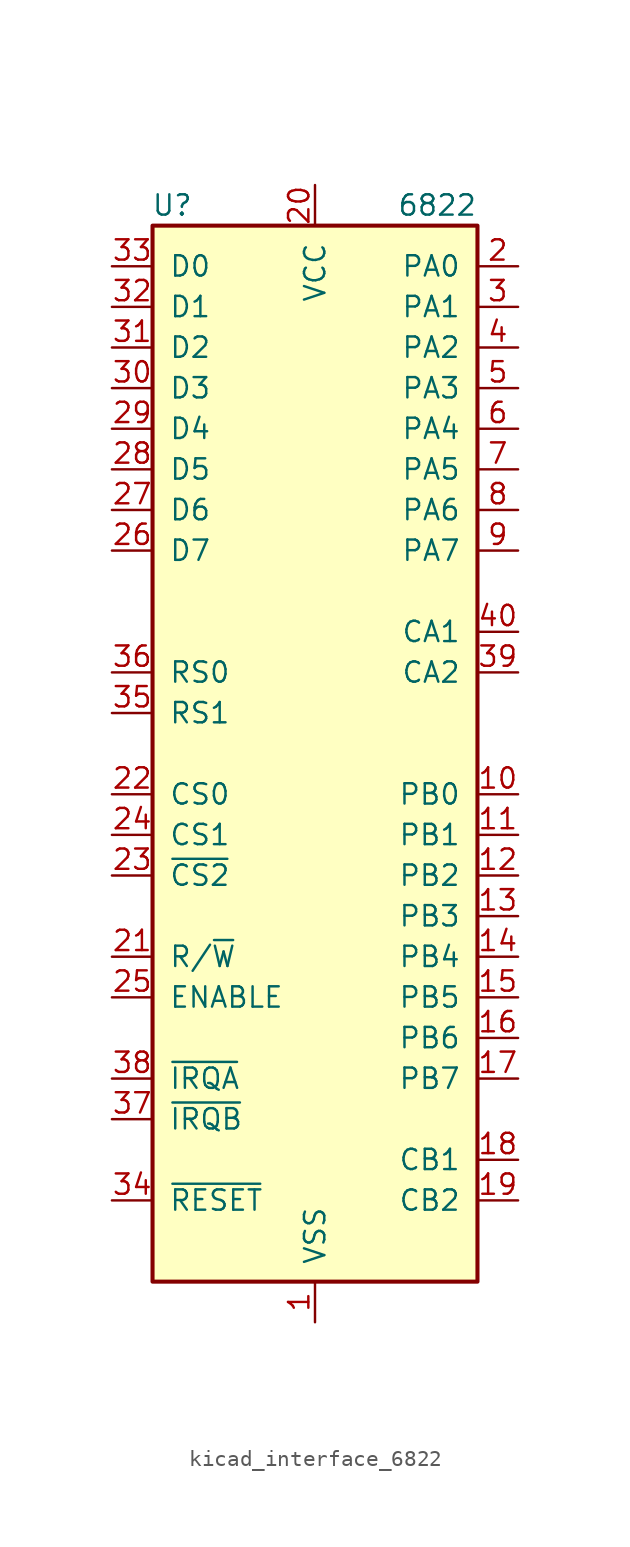
<source format=kicad_sym>
(kicad_symbol_lib
  (version 20220914)
  (generator kicad_symbol_editor)
  (symbol "kicad_interface_6822"
    (pin_names
      (offset 1.016))
    (property "Reference" "U"
      (at -7.62 34.29 0)
      (effects (font (size 1.27 1.27)) (justify right)))
    (property "Value" "6822"
      (at 10.16 34.29 0)
      (effects (font (size 1.27 1.27)) (justify right)))
    (symbol "kicad_interface_6822_0_1"
      (rectangle (start -10.16 -33.02) (end 10.16 33.02) (stroke (width 0.254) (type default)) (fill (type background))))
    (symbol "kicad_interface_6822_1_1"
      (pin power_in line (at 0 -35.56 90) (length 2.54) (name "VSS" (effects (font (size 1.27 1.27)))) (number "1" (effects (font (size 1.27 1.27)))))
      (pin bidirectional line (at 12.7 -2.54 180) (length 2.54) (name "PB0" (effects (font (size 1.27 1.27)))) (number "10" (effects (font (size 1.27 1.27)))))
      (pin bidirectional line (at 12.7 -5.08 180) (length 2.54) (name "PB1" (effects (font (size 1.27 1.27)))) (number "11" (effects (font (size 1.27 1.27)))))
      (pin bidirectional line (at 12.7 -7.62 180) (length 2.54) (name "PB2" (effects (font (size 1.27 1.27)))) (number "12" (effects (font (size 1.27 1.27)))))
      (pin bidirectional line (at 12.7 -10.16 180) (length 2.54) (name "PB3" (effects (font (size 1.27 1.27)))) (number "13" (effects (font (size 1.27 1.27)))))
      (pin bidirectional line (at 12.7 -12.7 180) (length 2.54) (name "PB4" (effects (font (size 1.27 1.27)))) (number "14" (effects (font (size 1.27 1.27)))))
      (pin bidirectional line (at 12.7 -15.24 180) (length 2.54) (name "PB5" (effects (font (size 1.27 1.27)))) (number "15" (effects (font (size 1.27 1.27)))))
      (pin bidirectional line (at 12.7 -17.78 180) (length 2.54) (name "PB6" (effects (font (size 1.27 1.27)))) (number "16" (effects (font (size 1.27 1.27)))))
      (pin bidirectional line (at 12.7 -20.32 180) (length 2.54) (name "PB7" (effects (font (size 1.27 1.27)))) (number "17" (effects (font (size 1.27 1.27)))))
      (pin input line (at 12.7 -25.4 180) (length 2.54) (name "CB1" (effects (font (size 1.27 1.27)))) (number "18" (effects (font (size 1.27 1.27)))))
      (pin bidirectional line (at 12.7 -27.94 180) (length 2.54) (name "CB2" (effects (font (size 1.27 1.27)))) (number "19" (effects (font (size 1.27 1.27)))))
      (pin bidirectional line (at 12.7 30.48 180) (length 2.54) (name "PA0" (effects (font (size 1.27 1.27)))) (number "2" (effects (font (size 1.27 1.27)))))
      (pin power_in line (at 0 35.56 270) (length 2.54) (name "VCC" (effects (font (size 1.27 1.27)))) (number "20" (effects (font (size 1.27 1.27)))))
      (pin input line (at -12.7 -12.7 0) (length 2.54) (name "R/~{W}" (effects (font (size 1.27 1.27)))) (number "21" (effects (font (size 1.27 1.27)))))
      (pin input line (at -12.7 -2.54 0) (length 2.54) (name "CS0" (effects (font (size 1.27 1.27)))) (number "22" (effects (font (size 1.27 1.27)))))
      (pin input line (at -12.7 -7.62 0) (length 2.54) (name "~{CS2}" (effects (font (size 1.27 1.27)))) (number "23" (effects (font (size 1.27 1.27)))))
      (pin input line (at -12.7 -5.08 0) (length 2.54) (name "CS1" (effects (font (size 1.27 1.27)))) (number "24" (effects (font (size 1.27 1.27)))))
      (pin input line (at -12.7 -15.24 0) (length 2.54) (name "ENABLE" (effects (font (size 1.27 1.27)))) (number "25" (effects (font (size 1.27 1.27)))))
      (pin bidirectional line (at -12.7 12.7 0) (length 2.54) (name "D7" (effects (font (size 1.27 1.27)))) (number "26" (effects (font (size 1.27 1.27)))))
      (pin bidirectional line (at -12.7 15.24 0) (length 2.54) (name "D6" (effects (font (size 1.27 1.27)))) (number "27" (effects (font (size 1.27 1.27)))))
      (pin bidirectional line (at -12.7 17.78 0) (length 2.54) (name "D5" (effects (font (size 1.27 1.27)))) (number "28" (effects (font (size 1.27 1.27)))))
      (pin bidirectional line (at -12.7 20.32 0) (length 2.54) (name "D4" (effects (font (size 1.27 1.27)))) (number "29" (effects (font (size 1.27 1.27)))))
      (pin bidirectional line (at 12.7 27.94 180) (length 2.54) (name "PA1" (effects (font (size 1.27 1.27)))) (number "3" (effects (font (size 1.27 1.27)))))
      (pin bidirectional line (at -12.7 22.86 0) (length 2.54) (name "D3" (effects (font (size 1.27 1.27)))) (number "30" (effects (font (size 1.27 1.27)))))
      (pin bidirectional line (at -12.7 25.4 0) (length 2.54) (name "D2" (effects (font (size 1.27 1.27)))) (number "31" (effects (font (size 1.27 1.27)))))
      (pin bidirectional line (at -12.7 27.94 0) (length 2.54) (name "D1" (effects (font (size 1.27 1.27)))) (number "32" (effects (font (size 1.27 1.27)))))
      (pin bidirectional line (at -12.7 30.48 0) (length 2.54) (name "D0" (effects (font (size 1.27 1.27)))) (number "33" (effects (font (size 1.27 1.27)))))
      (pin input line (at -12.7 -27.94 0) (length 2.54) (name "~{RESET}" (effects (font (size 1.27 1.27)))) (number "34" (effects (font (size 1.27 1.27)))))
      (pin input line (at -12.7 2.54 0) (length 2.54) (name "RS1" (effects (font (size 1.27 1.27)))) (number "35" (effects (font (size 1.27 1.27)))))
      (pin input line (at -12.7 5.08 0) (length 2.54) (name "RS0" (effects (font (size 1.27 1.27)))) (number "36" (effects (font (size 1.27 1.27)))))
      (pin open_collector line (at -12.7 -22.86 0) (length 2.54) (name "~{IRQB}" (effects (font (size 1.27 1.27)))) (number "37" (effects (font (size 1.27 1.27)))))
      (pin open_collector line (at -12.7 -20.32 0) (length 2.54) (name "~{IRQA}" (effects (font (size 1.27 1.27)))) (number "38" (effects (font (size 1.27 1.27)))))
      (pin bidirectional line (at 12.7 5.08 180) (length 2.54) (name "CA2" (effects (font (size 1.27 1.27)))) (number "39" (effects (font (size 1.27 1.27)))))
      (pin bidirectional line (at 12.7 25.4 180) (length 2.54) (name "PA2" (effects (font (size 1.27 1.27)))) (number "4" (effects (font (size 1.27 1.27)))))
      (pin input line (at 12.7 7.62 180) (length 2.54) (name "CA1" (effects (font (size 1.27 1.27)))) (number "40" (effects (font (size 1.27 1.27)))))
      (pin bidirectional line (at 12.7 22.86 180) (length 2.54) (name "PA3" (effects (font (size 1.27 1.27)))) (number "5" (effects (font (size 1.27 1.27)))))
      (pin bidirectional line (at 12.7 20.32 180) (length 2.54) (name "PA4" (effects (font (size 1.27 1.27)))) (number "6" (effects (font (size 1.27 1.27)))))
      (pin bidirectional line (at 12.7 17.78 180) (length 2.54) (name "PA5" (effects (font (size 1.27 1.27)))) (number "7" (effects (font (size 1.27 1.27)))))
      (pin bidirectional line (at 12.7 15.24 180) (length 2.54) (name "PA6" (effects (font (size 1.27 1.27)))) (number "8" (effects (font (size 1.27 1.27)))))
      (pin bidirectional line (at 12.7 12.7 180) (length 2.54) (name "PA7" (effects (font (size 1.27 1.27)))) (number "9" (effects (font (size 1.27 1.27))))))))
</source>
